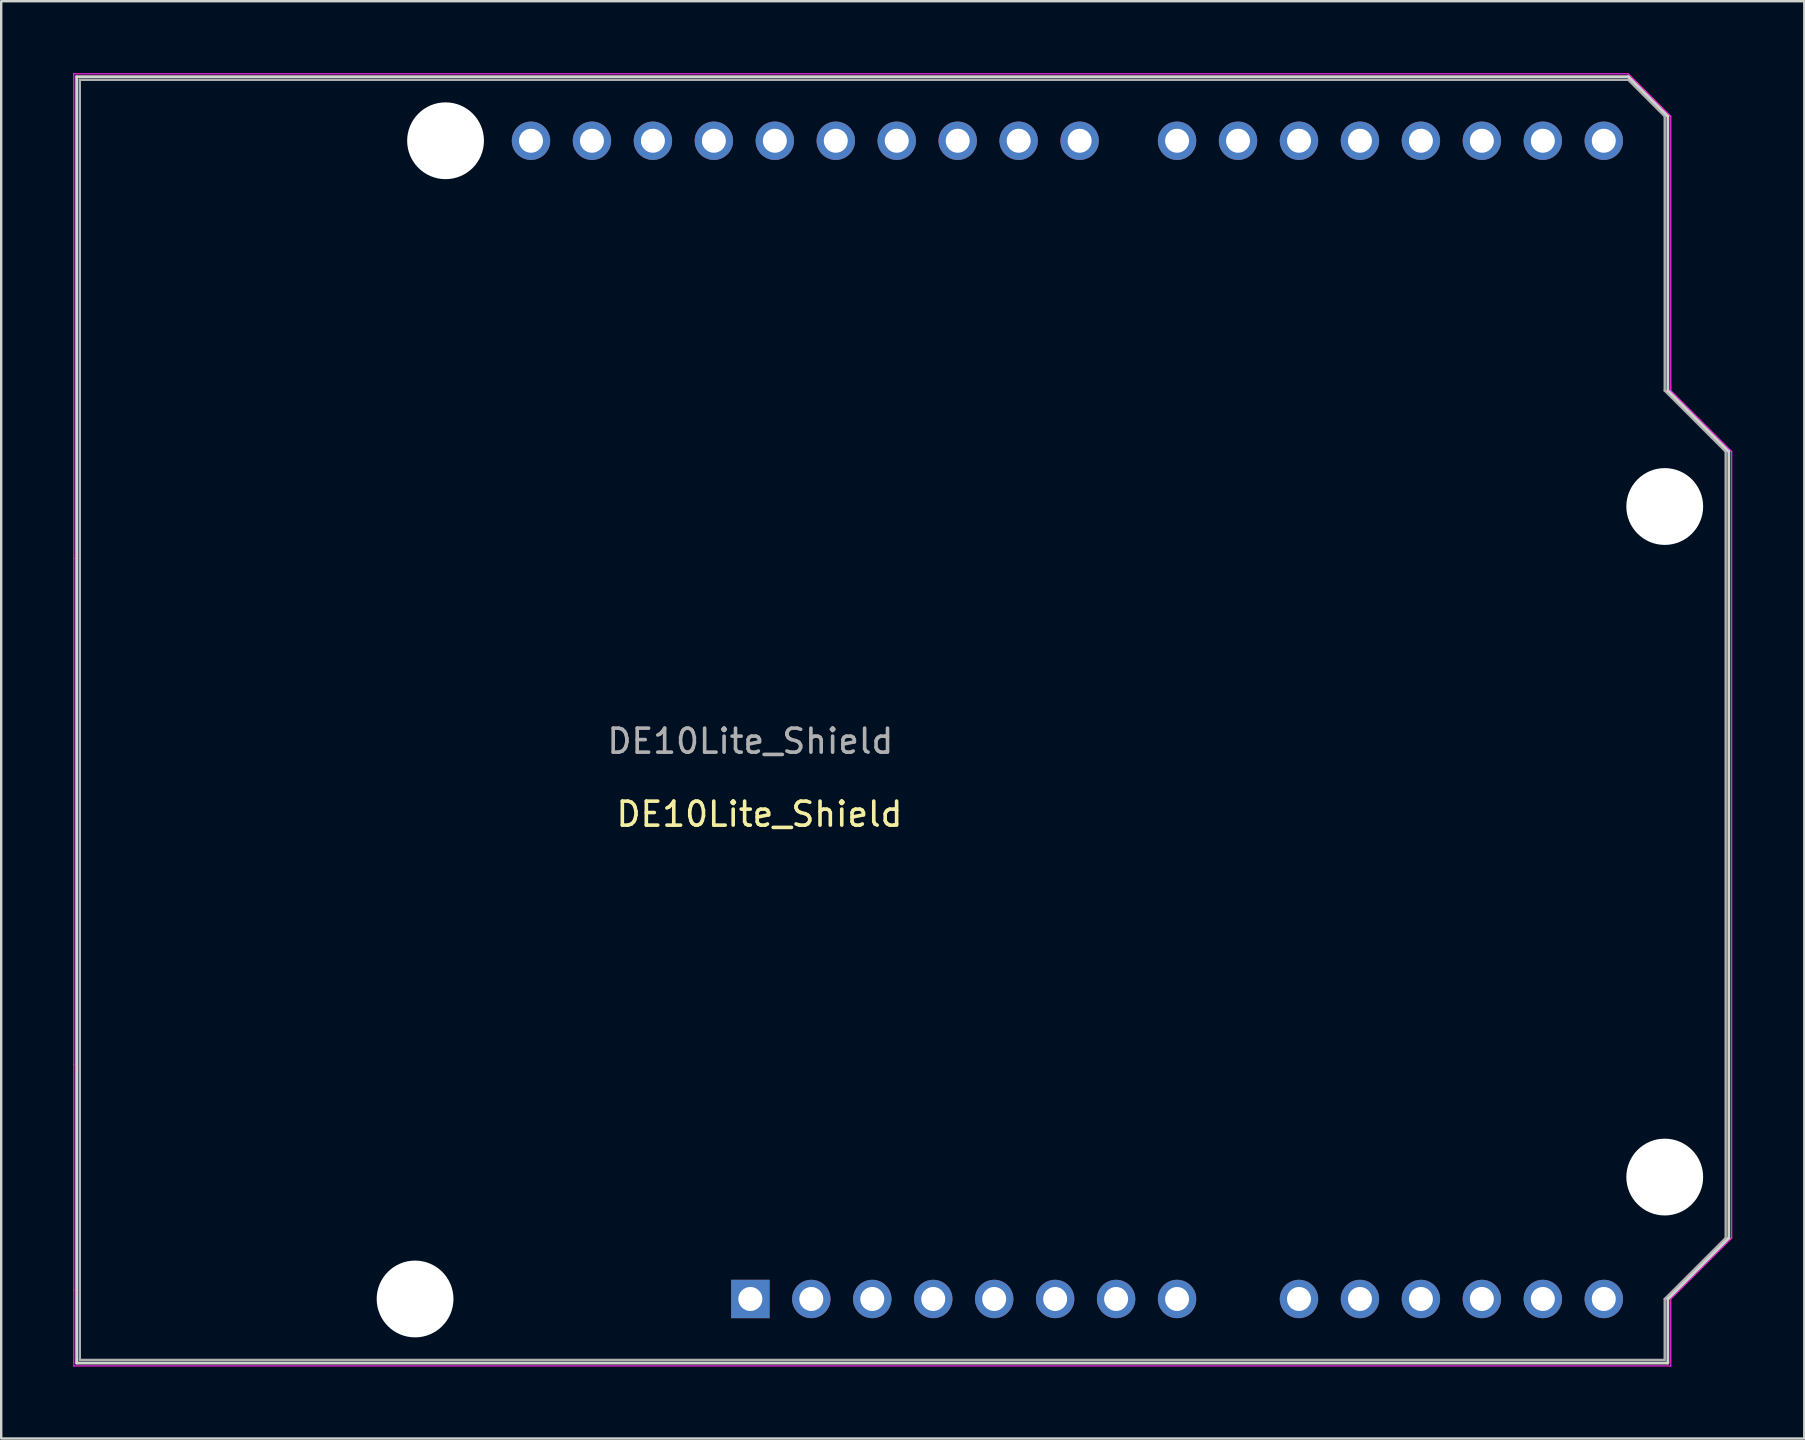
<source format=kicad_pcb>
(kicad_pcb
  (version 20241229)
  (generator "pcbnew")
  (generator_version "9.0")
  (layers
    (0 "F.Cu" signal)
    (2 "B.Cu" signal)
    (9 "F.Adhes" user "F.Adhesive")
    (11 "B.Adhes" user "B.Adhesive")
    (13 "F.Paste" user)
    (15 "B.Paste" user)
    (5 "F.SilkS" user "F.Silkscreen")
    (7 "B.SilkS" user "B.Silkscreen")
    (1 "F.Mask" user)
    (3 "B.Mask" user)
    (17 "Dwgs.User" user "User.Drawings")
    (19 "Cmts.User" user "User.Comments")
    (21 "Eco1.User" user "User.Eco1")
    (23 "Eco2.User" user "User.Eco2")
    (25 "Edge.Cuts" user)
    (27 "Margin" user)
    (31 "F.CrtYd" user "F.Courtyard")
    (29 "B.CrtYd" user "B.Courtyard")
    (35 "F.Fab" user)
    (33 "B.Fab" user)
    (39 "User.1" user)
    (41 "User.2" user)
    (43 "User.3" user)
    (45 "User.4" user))
  (footprint "DE10Lite_Shield"
    (layer "F.Cu")
    (at 33.675 27.835)
    (property "Reference" "DE10Lite_Shield" (at -5.08 3.04 0) (unlocked yes) (layer "F.SilkS") (effects (font (size 1 1) (thickness 0.15))))
    (attr through_hole)
    (fp_line (start -33.53 -27.69) (end 31.12 -27.69) (stroke (width 0.12) (type solid)) (layer "Edge.Cuts"))
    (fp_line (start -33.53 25.91) (end -33.53 -27.69) (stroke (width 0.12) (type solid)) (layer "Edge.Cuts"))
    (fp_line (start 31.12 -27.69) (end 32.77 -26.04) (stroke (width 0.12) (type solid)) (layer "Edge.Cuts"))
    (fp_line (start 32.77 -26.04) (end 32.77 -14.61) (stroke (width 0.12) (type solid)) (layer "Edge.Cuts"))
    (fp_line (start 32.77 -14.61) (end 35.31 -12.07) (stroke (width 0.12) (type solid)) (layer "Edge.Cuts"))
    (fp_line (start 32.77 23.24) (end 32.77 25.91) (stroke (width 0.12) (type solid)) (layer "Edge.Cuts"))
    (fp_line (start 32.77 25.91) (end -33.53 25.91) (stroke (width 0.12) (type solid)) (layer "Edge.Cuts"))
    (fp_line (start 35.31 -12.07) (end 35.31 20.7) (stroke (width 0.12) (type solid)) (layer "Edge.Cuts"))
    (fp_line (start 35.31 20.7) (end 32.77 23.24) (stroke (width 0.12) (type solid)) (layer "Edge.Cuts"))
    (fp_line (start -33.65 -27.81) (end -33.65 -7.62) (stroke (width 0.05) (type solid)) (layer "F.CrtYd"))
    (fp_line (start -33.65 -7.62) (end -33.65 13.46) (stroke (width 0.05) (type solid)) (layer "F.CrtYd"))
    (fp_line (start -33.65 13.46) (end -33.65 22.86) (stroke (width 0.05) (type solid)) (layer "F.CrtYd"))
    (fp_line (start -33.65 22.86) (end -33.65 26.03) (stroke (width 0.05) (type solid)) (layer "F.CrtYd"))
    (fp_line (start -33.65 26.03) (end 32.89 26.03) (stroke (width 0.05) (type solid)) (layer "F.CrtYd"))
    (fp_line (start 31.12 -27.81) (end -33.65 -27.81) (stroke (width 0.05) (type solid)) (layer "F.CrtYd"))
    (fp_line (start 32.89 -26.04) (end 31.12 -27.81) (stroke (width 0.05) (type solid)) (layer "F.CrtYd"))
    (fp_line (start 32.89 -14.61) (end 32.89 -26.04) (stroke (width 0.05) (type solid)) (layer "F.CrtYd"))
    (fp_line (start 32.89 23.24) (end 35.43 20.7) (stroke (width 0.05) (type solid)) (layer "F.CrtYd"))
    (fp_line (start 32.89 26.03) (end 32.89 23.24) (stroke (width 0.05) (type solid)) (layer "F.CrtYd"))
    (fp_line (start 35.43 -12.07) (end 32.89 -14.61) (stroke (width 0.05) (type solid)) (layer "F.CrtYd"))
    (fp_line (start 35.43 20.7) (end 35.43 -12.07) (stroke (width 0.05) (type solid)) (layer "F.CrtYd"))
    (fp_line (start -33.4 -27.56) (end -33.4 25.78) (stroke (width 0.1) (type solid)) (layer "F.Fab"))
    (fp_line (start -33.4 25.78) (end 32.64 25.78) (stroke (width 0.1) (type solid)) (layer "F.Fab"))
    (fp_line (start 31.12 -27.56) (end -33.4 -27.56) (stroke (width 0.1) (type solid)) (layer "F.Fab"))
    (fp_line (start 32.64 -26.04) (end 31.12 -27.56) (stroke (width 0.1) (type solid)) (layer "F.Fab"))
    (fp_line (start 32.64 -14.61) (end 32.64 -26.04) (stroke (width 0.1) (type solid)) (layer "F.Fab"))
    (fp_line (start 32.64 23.24) (end 35.18 20.7) (stroke (width 0.1) (type solid)) (layer "F.Fab"))
    (fp_line (start 32.64 25.78) (end 32.64 23.24) (stroke (width 0.1) (type solid)) (layer "F.Fab"))
    (fp_line (start 35.18 -12.07) (end 32.64 -14.61) (stroke (width 0.1) (type solid)) (layer "F.Fab"))
    (fp_line (start 35.18 20.7) (end 35.18 -12.07) (stroke (width 0.1) (type solid)) (layer "F.Fab"))
    (fp_text user "${REFERENCE}" (at -5.46 0 180) (layer "F.Fab") (effects (font (size 1 1) (thickness 0.15))))
    (pad "" np_thru_hole circle (at -19.43 23.24 270) (size 3.2 3.2) (drill 3.2) (layers "*.Cu" "*.Mask"))
    (pad "" np_thru_hole circle (at -18.16 -25.02 270) (size 3.2 3.2) (drill 3.2) (layers "*.Cu" "*.Mask"))
    (pad "" np_thru_hole circle (at 32.64 -9.78 270) (size 3.2 3.2) (drill 3.2) (layers "*.Cu" "*.Mask"))
    (pad "" np_thru_hole circle (at 32.64 18.16 270) (size 3.2 3.2) (drill 3.2) (layers "*.Cu" "*.Mask"))
    (pad "1" thru_hole rect (at -5.46 23.24 270) (size 1.6 1.6) (drill 1) (layers "*.Cu" "*.Mask"))
    (pad "2" thru_hole oval (at -2.92 23.24 270) (size 1.6 1.6) (drill 1) (layers "*.Cu" "*.Mask"))
    (pad "3" thru_hole oval (at -0.38 23.24 270) (size 1.6 1.6) (drill 1) (layers "*.Cu" "*.Mask"))
    (pad "4" thru_hole oval (at 2.16 23.24 270) (size 1.6 1.6) (drill 1) (layers "*.Cu" "*.Mask"))
    (pad "5" thru_hole oval (at 4.7 23.24 270) (size 1.6 1.6) (drill 1) (layers "*.Cu" "*.Mask"))
    (pad "6" thru_hole oval (at 7.24 23.24 270) (size 1.6 1.6) (drill 1) (layers "*.Cu" "*.Mask"))
    (pad "7" thru_hole oval (at 9.78 23.24 270) (size 1.6 1.6) (drill 1) (layers "*.Cu" "*.Mask"))
    (pad "8" thru_hole oval (at 12.32 23.24 270) (size 1.6 1.6) (drill 1) (layers "*.Cu" "*.Mask"))
    (pad "9" thru_hole oval (at 17.4 23.24 270) (size 1.6 1.6) (drill 1) (layers "*.Cu" "*.Mask"))
    (pad "10" thru_hole oval (at 19.94 23.24 270) (size 1.6 1.6) (drill 1) (layers "*.Cu" "*.Mask"))
    (pad "11" thru_hole oval (at 22.48 23.24 270) (size 1.6 1.6) (drill 1) (layers "*.Cu" "*.Mask"))
    (pad "12" thru_hole oval (at 25.02 23.24 270) (size 1.6 1.6) (drill 1) (layers "*.Cu" "*.Mask"))
    (pad "13" thru_hole oval (at 27.56 23.24 270) (size 1.6 1.6) (drill 1) (layers "*.Cu" "*.Mask"))
    (pad "14" thru_hole oval (at 30.1 23.24 270) (size 1.6 1.6) (drill 1) (layers "*.Cu" "*.Mask"))
    (pad "15" thru_hole oval (at 30.1 -25.02 270) (size 1.6 1.6) (drill 1) (layers "*.Cu" "*.Mask"))
    (pad "16" thru_hole oval (at 27.56 -25.02 270) (size 1.6 1.6) (drill 1) (layers "*.Cu" "*.Mask"))
    (pad "17" thru_hole oval (at 25.02 -25.02 270) (size 1.6 1.6) (drill 1) (layers "*.Cu" "*.Mask"))
    (pad "18" thru_hole oval (at 22.48 -25.02 270) (size 1.6 1.6) (drill 1) (layers "*.Cu" "*.Mask"))
    (pad "19" thru_hole oval (at 19.94 -25.02 270) (size 1.6 1.6) (drill 1) (layers "*.Cu" "*.Mask"))
    (pad "20" thru_hole oval (at 17.4 -25.02 270) (size 1.6 1.6) (drill 1) (layers "*.Cu" "*.Mask"))
    (pad "21" thru_hole oval (at 14.86 -25.02 270) (size 1.6 1.6) (drill 1) (layers "*.Cu" "*.Mask"))
    (pad "22" thru_hole oval (at 12.32 -25.02 270) (size 1.6 1.6) (drill 1) (layers "*.Cu" "*.Mask"))
    (pad "23" thru_hole oval (at 8.26 -25.02 270) (size 1.6 1.6) (drill 1) (layers "*.Cu" "*.Mask"))
    (pad "24" thru_hole oval (at 5.72 -25.02 270) (size 1.6 1.6) (drill 1) (layers "*.Cu" "*.Mask"))
    (pad "25" thru_hole oval (at 3.18 -25.02 270) (size 1.6 1.6) (drill 1) (layers "*.Cu" "*.Mask"))
    (pad "26" thru_hole oval (at 0.64 -25.02 270) (size 1.6 1.6) (drill 1) (layers "*.Cu" "*.Mask"))
    (pad "27" thru_hole oval (at -1.9 -25.02 270) (size 1.6 1.6) (drill 1) (layers "*.Cu" "*.Mask"))
    (pad "28" thru_hole oval (at -4.44 -25.02 270) (size 1.6 1.6) (drill 1) (layers "*.Cu" "*.Mask"))
    (pad "29" thru_hole oval (at -6.98 -25.02 270) (size 1.6 1.6) (drill 1) (layers "*.Cu" "*.Mask"))
    (pad "30" thru_hole oval (at -9.52 -25.02 270) (size 1.6 1.6) (drill 1) (layers "*.Cu" "*.Mask"))
    (pad "31" thru_hole oval (at -12.06 -25.02 270) (size 1.6 1.6) (drill 1) (layers "*.Cu" "*.Mask"))
    (pad "32" thru_hole oval (at -14.6 -25.02 270) (size 1.6 1.6) (drill 1) (layers "*.Cu" "*.Mask")))
  (gr_rect
    (start -3 -3)
    (end 72.13 56.89)
    (stroke (width 0.1) (type default))
    (fill no)
    (layer "Edge.Cuts")))
</source>
